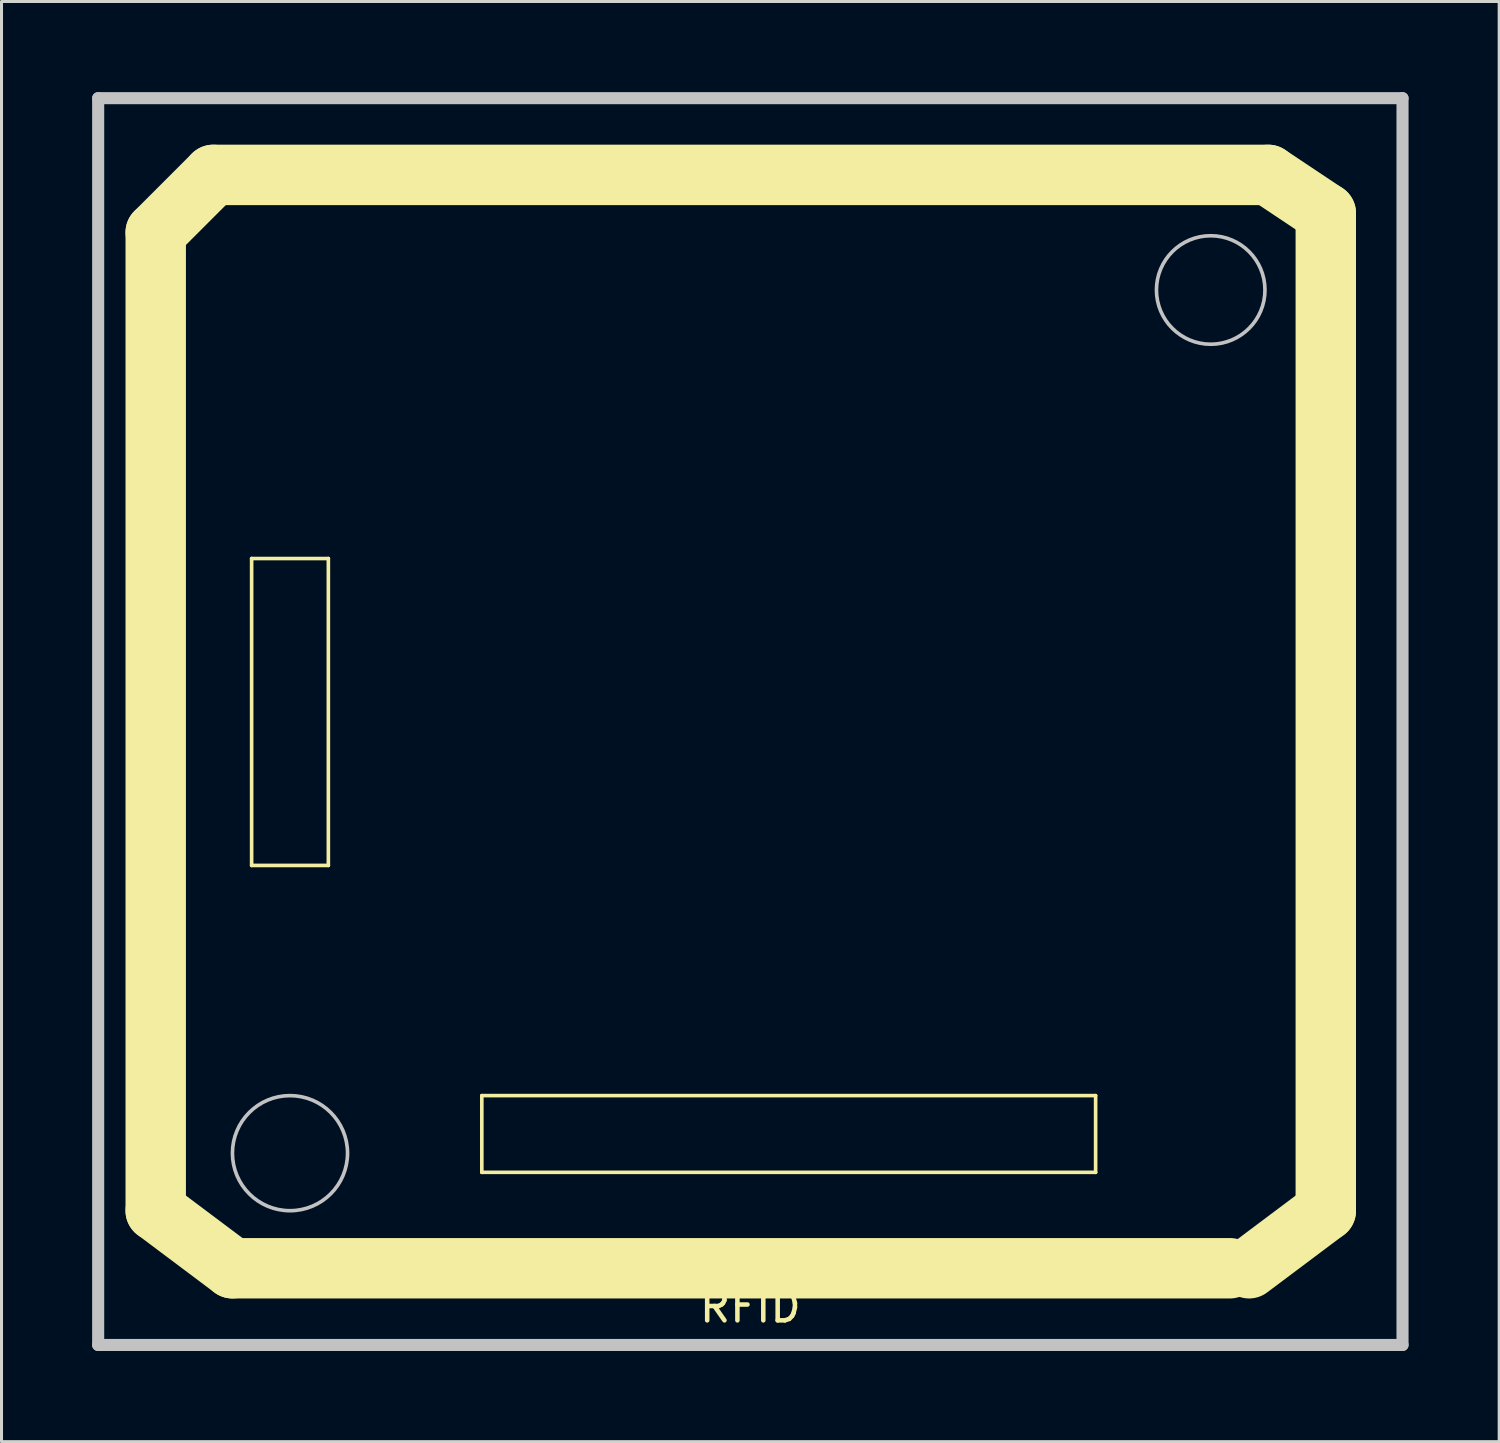
<source format=kicad_pcb>
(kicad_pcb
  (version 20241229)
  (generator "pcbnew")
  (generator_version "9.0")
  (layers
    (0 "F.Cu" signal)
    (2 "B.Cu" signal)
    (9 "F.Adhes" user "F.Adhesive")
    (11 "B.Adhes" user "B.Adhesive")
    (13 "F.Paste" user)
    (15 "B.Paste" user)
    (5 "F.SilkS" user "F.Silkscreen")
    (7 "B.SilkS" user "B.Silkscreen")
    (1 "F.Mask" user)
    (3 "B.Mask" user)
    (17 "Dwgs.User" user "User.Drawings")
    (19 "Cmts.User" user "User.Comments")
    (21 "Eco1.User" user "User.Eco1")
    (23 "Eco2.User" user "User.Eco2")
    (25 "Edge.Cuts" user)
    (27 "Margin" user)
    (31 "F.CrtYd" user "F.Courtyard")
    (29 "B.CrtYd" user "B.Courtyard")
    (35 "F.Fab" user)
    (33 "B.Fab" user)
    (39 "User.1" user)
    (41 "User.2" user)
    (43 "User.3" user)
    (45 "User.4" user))
  (footprint "RFID"
    (layer "F.Cu")
    (at 21.79 19.25)
    (property "Reference" "RFID" (at 0 20.955 0) (layer "F.SilkS") (effects (font (size 1 1) (thickness 0.15))))
    (attr through_hole)
    (fp_line (start -19.685 -14.605) (end -17.78 -16.51) (stroke (width 2) (type solid)) (layer "F.SilkS"))
    (fp_line (start -19.685 17.78) (end -19.685 -14.605) (stroke (width 2) (type solid)) (layer "F.SilkS"))
    (fp_line (start -17.78 -16.51) (end 17.145 -16.51) (stroke (width 2) (type solid)) (layer "F.SilkS"))
    (fp_line (start -17.145 19.685) (end -19.685 17.78) (stroke (width 2) (type solid)) (layer "F.SilkS"))
    (fp_line (start -16.51 -3.81) (end -13.97 -3.81) (stroke (width 0.12) (type solid)) (layer "F.SilkS"))
    (fp_line (start -16.51 6.35) (end -16.51 -3.81) (stroke (width 0.12) (type solid)) (layer "F.SilkS"))
    (fp_line (start -13.97 -3.81) (end -13.97 6.35) (stroke (width 0.12) (type solid)) (layer "F.SilkS"))
    (fp_line (start -13.97 6.35) (end -16.51 6.35) (stroke (width 0.12) (type solid)) (layer "F.SilkS"))
    (fp_line (start -8.89 13.97) (end 11.43 13.97) (stroke (width 0.12) (type solid)) (layer "F.SilkS"))
    (fp_line (start -8.89 16.51) (end -8.89 13.97) (stroke (width 0.12) (type solid)) (layer "F.SilkS"))
    (fp_line (start 11.43 13.97) (end 11.43 16.51) (stroke (width 0.12) (type solid)) (layer "F.SilkS"))
    (fp_line (start 11.43 16.51) (end -8.89 16.51) (stroke (width 0.12) (type solid)) (layer "F.SilkS"))
    (fp_line (start 15.875 19.685) (end -17.145 19.685) (stroke (width 2) (type solid)) (layer "F.SilkS"))
    (fp_line (start 17.145 -16.51) (end 19.05 -15.24) (stroke (width 2) (type solid)) (layer "F.SilkS"))
    (fp_line (start 19.05 -15.24) (end 19.05 17.78) (stroke (width 2) (type solid)) (layer "F.SilkS"))
    (fp_line (start 19.05 17.78) (end 16.51 19.685) (stroke (width 2) (type solid)) (layer "F.SilkS"))
    (fp_line (start -21.59 -19.05) (end -21.59 22.225) (stroke (width 0.4) (type solid)) (layer "Dwgs.User"))
    (fp_line (start -21.59 -19.05) (end 21.59 -19.05) (stroke (width 0.4) (type solid)) (layer "Dwgs.User"))
    (fp_line (start -21.59 22.225) (end 21.59 22.225) (stroke (width 0.4) (type solid)) (layer "Dwgs.User"))
    (fp_line (start 21.59 -19.05) (end 21.59 22.225) (stroke (width 0.4) (type solid)) (layer "Dwgs.User"))
    (fp_circle (center -15.24 15.875) (end -13.335 15.875) (stroke (width 0.12) (type solid)) (fill no) (layer "Dwgs.User"))
    (fp_circle (center 15.24 -12.7) (end 17.036 -12.7) (stroke (width 0.12) (type solid)) (fill no) (layer "Dwgs.User")))
  (gr_rect
    (start -3 -3)
    (end 46.58 44.675)
    (stroke (width 0.1) (type default))
    (fill no)
    (layer "Edge.Cuts")))
</source>
